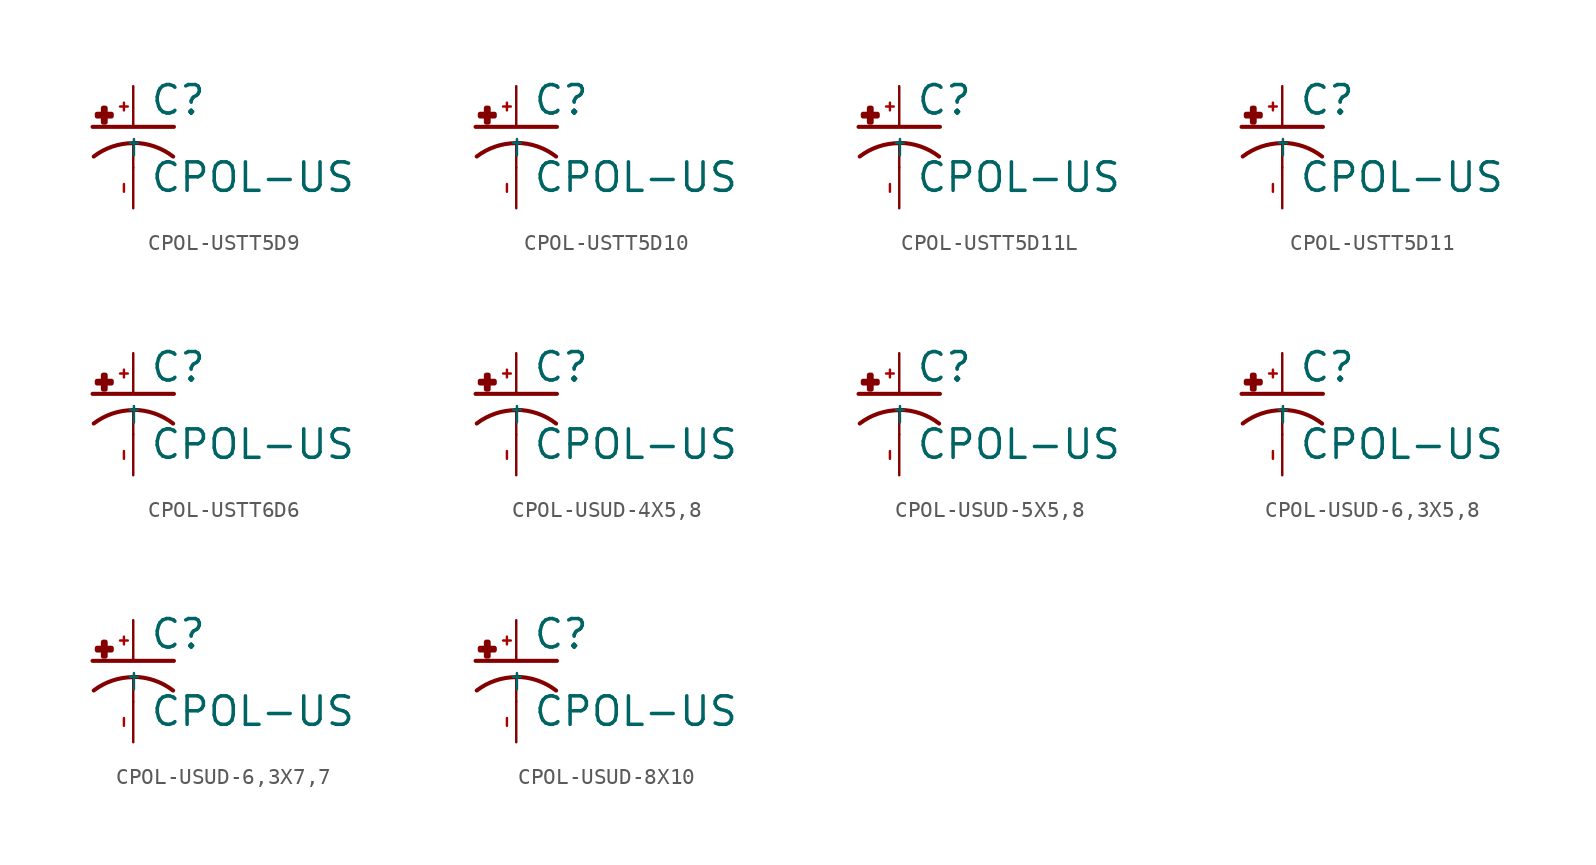
<source format=kicad_sym>
(kicad_symbol_lib
  (version 20220914)
  (generator Eagle2Kicad)
  (symbol "CPOL-USTT5D9"
    (property "Reference" "C"
      (at 1.016 0.635 0)
      (effects (font (size 1.778 1.778) (thickness 0.22)) (justify left bottom)))
    (property "Value" "CPOL-US"
      (at 1.016 -4.191 0)
      (effects (font (size 1.778 1.778) (thickness 0.22)) (justify left bottom)))
    (polyline
      (pts (xy -2.54 0) (xy 2.54 0))
      (stroke (width 0.254) (type default))
      (fill (type none)))
    (polyline
      (pts (xy 0 -1.016) (xy 0 -2.54))
      (stroke (width 0.152) (type default))
      (fill (type none)))
    (arc
      (start 2.4892 -1.8542)
      (mid 1.316 -1.220)
      (end 0 -1)
      (stroke (width 0.254) (type default))
      (fill (type none)))
    (arc
      (start 0 -1.0161)
      (mid -1.302 -1.230)
      (end -2.4669 -1.8504)
      (stroke (width 0.254) (type default))
      (fill (type none)))
    (rectangle
      (start -2.253 0.668)
      (end -1.364 0.795)
      (stroke (width 0.3) (type default))
      (fill (type outline)))
    (rectangle
      (start -1.872 0.287)
      (end -1.745 1.176)
      (stroke (width 0.3) (type default))
      (fill (type outline)))
    (pin passive line
      (at 0 2.54 270)
      (length 2.54)
      (name "+" (effects (font (size 0.635 0.635) (thickness 0.08)) (justify left bottom)))
      (number "+" (effects (font (size 0.635 0.635) (thickness 0.08)) (justify left bottom))))
    (pin passive line
      (at 0 -5.08 90)
      (length 2.54)
      (name "-" (effects (font (size 0.635 0.635) (thickness 0.08)) (justify left bottom)))
      (number "-" (effects (font (size 0.635 0.635) (thickness 0.08)) (justify left bottom)))))
  (symbol "CPOL-USTT5D10"
    (property "Reference" "C"
      (at 1.016 0.635 0)
      (effects (font (size 1.778 1.778) (thickness 0.22)) (justify left bottom)))
    (property "Value" "CPOL-US"
      (at 1.016 -4.191 0)
      (effects (font (size 1.778 1.778) (thickness 0.22)) (justify left bottom)))
    (polyline
      (pts (xy -2.54 0) (xy 2.54 0))
      (stroke (width 0.254) (type default))
      (fill (type none)))
    (polyline
      (pts (xy 0 -1.016) (xy 0 -2.54))
      (stroke (width 0.152) (type default))
      (fill (type none)))
    (arc
      (start 2.4892 -1.8542)
      (mid 1.316 -1.220)
      (end 0 -1)
      (stroke (width 0.254) (type default))
      (fill (type none)))
    (arc
      (start 0 -1.0161)
      (mid -1.302 -1.230)
      (end -2.4669 -1.8504)
      (stroke (width 0.254) (type default))
      (fill (type none)))
    (rectangle
      (start -2.253 0.668)
      (end -1.364 0.795)
      (stroke (width 0.3) (type default))
      (fill (type outline)))
    (rectangle
      (start -1.872 0.287)
      (end -1.745 1.176)
      (stroke (width 0.3) (type default))
      (fill (type outline)))
    (pin passive line
      (at 0 2.54 270)
      (length 2.54)
      (name "+" (effects (font (size 0.635 0.635) (thickness 0.08)) (justify left bottom)))
      (number "+" (effects (font (size 0.635 0.635) (thickness 0.08)) (justify left bottom))))
    (pin passive line
      (at 0 -5.08 90)
      (length 2.54)
      (name "-" (effects (font (size 0.635 0.635) (thickness 0.08)) (justify left bottom)))
      (number "-" (effects (font (size 0.635 0.635) (thickness 0.08)) (justify left bottom)))))
  (symbol "CPOL-USTT5D11L"
    (property "Reference" "C"
      (at 1.016 0.635 0)
      (effects (font (size 1.778 1.778) (thickness 0.22)) (justify left bottom)))
    (property "Value" "CPOL-US"
      (at 1.016 -4.191 0)
      (effects (font (size 1.778 1.778) (thickness 0.22)) (justify left bottom)))
    (polyline
      (pts (xy -2.54 0) (xy 2.54 0))
      (stroke (width 0.254) (type default))
      (fill (type none)))
    (polyline
      (pts (xy 0 -1.016) (xy 0 -2.54))
      (stroke (width 0.152) (type default))
      (fill (type none)))
    (arc
      (start 2.4892 -1.8542)
      (mid 1.316 -1.220)
      (end 0 -1)
      (stroke (width 0.254) (type default))
      (fill (type none)))
    (arc
      (start 0 -1.0161)
      (mid -1.302 -1.230)
      (end -2.4669 -1.8504)
      (stroke (width 0.254) (type default))
      (fill (type none)))
    (rectangle
      (start -2.253 0.668)
      (end -1.364 0.795)
      (stroke (width 0.3) (type default))
      (fill (type outline)))
    (rectangle
      (start -1.872 0.287)
      (end -1.745 1.176)
      (stroke (width 0.3) (type default))
      (fill (type outline)))
    (pin passive line
      (at 0 2.54 270)
      (length 2.54)
      (name "+" (effects (font (size 0.635 0.635) (thickness 0.08)) (justify left bottom)))
      (number "+" (effects (font (size 0.635 0.635) (thickness 0.08)) (justify left bottom))))
    (pin passive line
      (at 0 -5.08 90)
      (length 2.54)
      (name "-" (effects (font (size 0.635 0.635) (thickness 0.08)) (justify left bottom)))
      (number "-" (effects (font (size 0.635 0.635) (thickness 0.08)) (justify left bottom)))))
  (symbol "CPOL-USTT5D11"
    (property "Reference" "C"
      (at 1.016 0.635 0)
      (effects (font (size 1.778 1.778) (thickness 0.22)) (justify left bottom)))
    (property "Value" "CPOL-US"
      (at 1.016 -4.191 0)
      (effects (font (size 1.778 1.778) (thickness 0.22)) (justify left bottom)))
    (polyline
      (pts (xy -2.54 0) (xy 2.54 0))
      (stroke (width 0.254) (type default))
      (fill (type none)))
    (polyline
      (pts (xy 0 -1.016) (xy 0 -2.54))
      (stroke (width 0.152) (type default))
      (fill (type none)))
    (arc
      (start 2.4892 -1.8542)
      (mid 1.316 -1.220)
      (end 0 -1)
      (stroke (width 0.254) (type default))
      (fill (type none)))
    (arc
      (start 0 -1.0161)
      (mid -1.302 -1.230)
      (end -2.4669 -1.8504)
      (stroke (width 0.254) (type default))
      (fill (type none)))
    (rectangle
      (start -2.253 0.668)
      (end -1.364 0.795)
      (stroke (width 0.3) (type default))
      (fill (type outline)))
    (rectangle
      (start -1.872 0.287)
      (end -1.745 1.176)
      (stroke (width 0.3) (type default))
      (fill (type outline)))
    (pin passive line
      (at 0 2.54 270)
      (length 2.54)
      (name "+" (effects (font (size 0.635 0.635) (thickness 0.08)) (justify left bottom)))
      (number "+" (effects (font (size 0.635 0.635) (thickness 0.08)) (justify left bottom))))
    (pin passive line
      (at 0 -5.08 90)
      (length 2.54)
      (name "-" (effects (font (size 0.635 0.635) (thickness 0.08)) (justify left bottom)))
      (number "-" (effects (font (size 0.635 0.635) (thickness 0.08)) (justify left bottom)))))
  (symbol "CPOL-USTT6D6"
    (property "Reference" "C"
      (at 1.016 0.635 0)
      (effects (font (size 1.778 1.778) (thickness 0.22)) (justify left bottom)))
    (property "Value" "CPOL-US"
      (at 1.016 -4.191 0)
      (effects (font (size 1.778 1.778) (thickness 0.22)) (justify left bottom)))
    (polyline
      (pts (xy -2.54 0) (xy 2.54 0))
      (stroke (width 0.254) (type default))
      (fill (type none)))
    (polyline
      (pts (xy 0 -1.016) (xy 0 -2.54))
      (stroke (width 0.152) (type default))
      (fill (type none)))
    (arc
      (start 2.4892 -1.8542)
      (mid 1.316 -1.220)
      (end 0 -1)
      (stroke (width 0.254) (type default))
      (fill (type none)))
    (arc
      (start 0 -1.0161)
      (mid -1.302 -1.230)
      (end -2.4669 -1.8504)
      (stroke (width 0.254) (type default))
      (fill (type none)))
    (rectangle
      (start -2.253 0.668)
      (end -1.364 0.795)
      (stroke (width 0.3) (type default))
      (fill (type outline)))
    (rectangle
      (start -1.872 0.287)
      (end -1.745 1.176)
      (stroke (width 0.3) (type default))
      (fill (type outline)))
    (pin passive line
      (at 0 2.54 270)
      (length 2.54)
      (name "+" (effects (font (size 0.635 0.635) (thickness 0.08)) (justify left bottom)))
      (number "+" (effects (font (size 0.635 0.635) (thickness 0.08)) (justify left bottom))))
    (pin passive line
      (at 0 -5.08 90)
      (length 2.54)
      (name "-" (effects (font (size 0.635 0.635) (thickness 0.08)) (justify left bottom)))
      (number "-" (effects (font (size 0.635 0.635) (thickness 0.08)) (justify left bottom)))))
  (symbol "CPOL-USUD-4X5,8"
    (property "Reference" "C"
      (at 1.016 0.635 0)
      (effects (font (size 1.778 1.778) (thickness 0.22)) (justify left bottom)))
    (property "Value" "CPOL-US"
      (at 1.016 -4.191 0)
      (effects (font (size 1.778 1.778) (thickness 0.22)) (justify left bottom)))
    (polyline
      (pts (xy -2.54 0) (xy 2.54 0))
      (stroke (width 0.254) (type default))
      (fill (type none)))
    (polyline
      (pts (xy 0 -1.016) (xy 0 -2.54))
      (stroke (width 0.152) (type default))
      (fill (type none)))
    (arc
      (start 2.4892 -1.8542)
      (mid 1.316 -1.220)
      (end 0 -1)
      (stroke (width 0.254) (type default))
      (fill (type none)))
    (arc
      (start 0 -1.0161)
      (mid -1.302 -1.230)
      (end -2.4669 -1.8504)
      (stroke (width 0.254) (type default))
      (fill (type none)))
    (rectangle
      (start -2.253 0.668)
      (end -1.364 0.795)
      (stroke (width 0.3) (type default))
      (fill (type outline)))
    (rectangle
      (start -1.872 0.287)
      (end -1.745 1.176)
      (stroke (width 0.3) (type default))
      (fill (type outline)))
    (pin passive line
      (at 0 2.54 270)
      (length 2.54)
      (name "+" (effects (font (size 0.635 0.635) (thickness 0.08)) (justify left bottom)))
      (number "+" (effects (font (size 0.635 0.635) (thickness 0.08)) (justify left bottom))))
    (pin passive line
      (at 0 -5.08 90)
      (length 2.54)
      (name "-" (effects (font (size 0.635 0.635) (thickness 0.08)) (justify left bottom)))
      (number "-" (effects (font (size 0.635 0.635) (thickness 0.08)) (justify left bottom)))))
  (symbol "CPOL-USUD-5X5,8"
    (property "Reference" "C"
      (at 1.016 0.635 0)
      (effects (font (size 1.778 1.778) (thickness 0.22)) (justify left bottom)))
    (property "Value" "CPOL-US"
      (at 1.016 -4.191 0)
      (effects (font (size 1.778 1.778) (thickness 0.22)) (justify left bottom)))
    (polyline
      (pts (xy -2.54 0) (xy 2.54 0))
      (stroke (width 0.254) (type default))
      (fill (type none)))
    (polyline
      (pts (xy 0 -1.016) (xy 0 -2.54))
      (stroke (width 0.152) (type default))
      (fill (type none)))
    (arc
      (start 2.4892 -1.8542)
      (mid 1.316 -1.220)
      (end 0 -1)
      (stroke (width 0.254) (type default))
      (fill (type none)))
    (arc
      (start 0 -1.0161)
      (mid -1.302 -1.230)
      (end -2.4669 -1.8504)
      (stroke (width 0.254) (type default))
      (fill (type none)))
    (rectangle
      (start -2.253 0.668)
      (end -1.364 0.795)
      (stroke (width 0.3) (type default))
      (fill (type outline)))
    (rectangle
      (start -1.872 0.287)
      (end -1.745 1.176)
      (stroke (width 0.3) (type default))
      (fill (type outline)))
    (pin passive line
      (at 0 2.54 270)
      (length 2.54)
      (name "+" (effects (font (size 0.635 0.635) (thickness 0.08)) (justify left bottom)))
      (number "+" (effects (font (size 0.635 0.635) (thickness 0.08)) (justify left bottom))))
    (pin passive line
      (at 0 -5.08 90)
      (length 2.54)
      (name "-" (effects (font (size 0.635 0.635) (thickness 0.08)) (justify left bottom)))
      (number "-" (effects (font (size 0.635 0.635) (thickness 0.08)) (justify left bottom)))))
  (symbol "CPOL-USUD-6,3X5,8"
    (property "Reference" "C"
      (at 1.016 0.635 0)
      (effects (font (size 1.778 1.778) (thickness 0.22)) (justify left bottom)))
    (property "Value" "CPOL-US"
      (at 1.016 -4.191 0)
      (effects (font (size 1.778 1.778) (thickness 0.22)) (justify left bottom)))
    (polyline
      (pts (xy -2.54 0) (xy 2.54 0))
      (stroke (width 0.254) (type default))
      (fill (type none)))
    (polyline
      (pts (xy 0 -1.016) (xy 0 -2.54))
      (stroke (width 0.152) (type default))
      (fill (type none)))
    (arc
      (start 2.4892 -1.8542)
      (mid 1.316 -1.220)
      (end 0 -1)
      (stroke (width 0.254) (type default))
      (fill (type none)))
    (arc
      (start 0 -1.0161)
      (mid -1.302 -1.230)
      (end -2.4669 -1.8504)
      (stroke (width 0.254) (type default))
      (fill (type none)))
    (rectangle
      (start -2.253 0.668)
      (end -1.364 0.795)
      (stroke (width 0.3) (type default))
      (fill (type outline)))
    (rectangle
      (start -1.872 0.287)
      (end -1.745 1.176)
      (stroke (width 0.3) (type default))
      (fill (type outline)))
    (pin passive line
      (at 0 2.54 270)
      (length 2.54)
      (name "+" (effects (font (size 0.635 0.635) (thickness 0.08)) (justify left bottom)))
      (number "+" (effects (font (size 0.635 0.635) (thickness 0.08)) (justify left bottom))))
    (pin passive line
      (at 0 -5.08 90)
      (length 2.54)
      (name "-" (effects (font (size 0.635 0.635) (thickness 0.08)) (justify left bottom)))
      (number "-" (effects (font (size 0.635 0.635) (thickness 0.08)) (justify left bottom)))))
  (symbol "CPOL-USUD-6,3X7,7"
    (property "Reference" "C"
      (at 1.016 0.635 0)
      (effects (font (size 1.778 1.778) (thickness 0.22)) (justify left bottom)))
    (property "Value" "CPOL-US"
      (at 1.016 -4.191 0)
      (effects (font (size 1.778 1.778) (thickness 0.22)) (justify left bottom)))
    (polyline
      (pts (xy -2.54 0) (xy 2.54 0))
      (stroke (width 0.254) (type default))
      (fill (type none)))
    (polyline
      (pts (xy 0 -1.016) (xy 0 -2.54))
      (stroke (width 0.152) (type default))
      (fill (type none)))
    (arc
      (start 2.4892 -1.8542)
      (mid 1.316 -1.220)
      (end 0 -1)
      (stroke (width 0.254) (type default))
      (fill (type none)))
    (arc
      (start 0 -1.0161)
      (mid -1.302 -1.230)
      (end -2.4669 -1.8504)
      (stroke (width 0.254) (type default))
      (fill (type none)))
    (rectangle
      (start -2.253 0.668)
      (end -1.364 0.795)
      (stroke (width 0.3) (type default))
      (fill (type outline)))
    (rectangle
      (start -1.872 0.287)
      (end -1.745 1.176)
      (stroke (width 0.3) (type default))
      (fill (type outline)))
    (pin passive line
      (at 0 2.54 270)
      (length 2.54)
      (name "+" (effects (font (size 0.635 0.635) (thickness 0.08)) (justify left bottom)))
      (number "+" (effects (font (size 0.635 0.635) (thickness 0.08)) (justify left bottom))))
    (pin passive line
      (at 0 -5.08 90)
      (length 2.54)
      (name "-" (effects (font (size 0.635 0.635) (thickness 0.08)) (justify left bottom)))
      (number "-" (effects (font (size 0.635 0.635) (thickness 0.08)) (justify left bottom)))))
  (symbol "CPOL-USUD-8X10"
    (property "Reference" "C"
      (at 1.016 0.635 0)
      (effects (font (size 1.778 1.778) (thickness 0.22)) (justify left bottom)))
    (property "Value" "CPOL-US"
      (at 1.016 -4.191 0)
      (effects (font (size 1.778 1.778) (thickness 0.22)) (justify left bottom)))
    (polyline
      (pts (xy -2.54 0) (xy 2.54 0))
      (stroke (width 0.254) (type default))
      (fill (type none)))
    (polyline
      (pts (xy 0 -1.016) (xy 0 -2.54))
      (stroke (width 0.152) (type default))
      (fill (type none)))
    (arc
      (start 2.4892 -1.8542)
      (mid 1.316 -1.220)
      (end 0 -1)
      (stroke (width 0.254) (type default))
      (fill (type none)))
    (arc
      (start 0 -1.0161)
      (mid -1.302 -1.230)
      (end -2.4669 -1.8504)
      (stroke (width 0.254) (type default))
      (fill (type none)))
    (rectangle
      (start -2.253 0.668)
      (end -1.364 0.795)
      (stroke (width 0.3) (type default))
      (fill (type outline)))
    (rectangle
      (start -1.872 0.287)
      (end -1.745 1.176)
      (stroke (width 0.3) (type default))
      (fill (type outline)))
    (pin passive line
      (at 0 2.54 270)
      (length 2.54)
      (name "+" (effects (font (size 0.635 0.635) (thickness 0.08)) (justify left bottom)))
      (number "+" (effects (font (size 0.635 0.635) (thickness 0.08)) (justify left bottom))))
    (pin passive line
      (at 0 -5.08 90)
      (length 2.54)
      (name "-" (effects (font (size 0.635 0.635) (thickness 0.08)) (justify left bottom)))
      (number "-" (effects (font (size 0.635 0.635) (thickness 0.08)) (justify left bottom))))))
</source>
